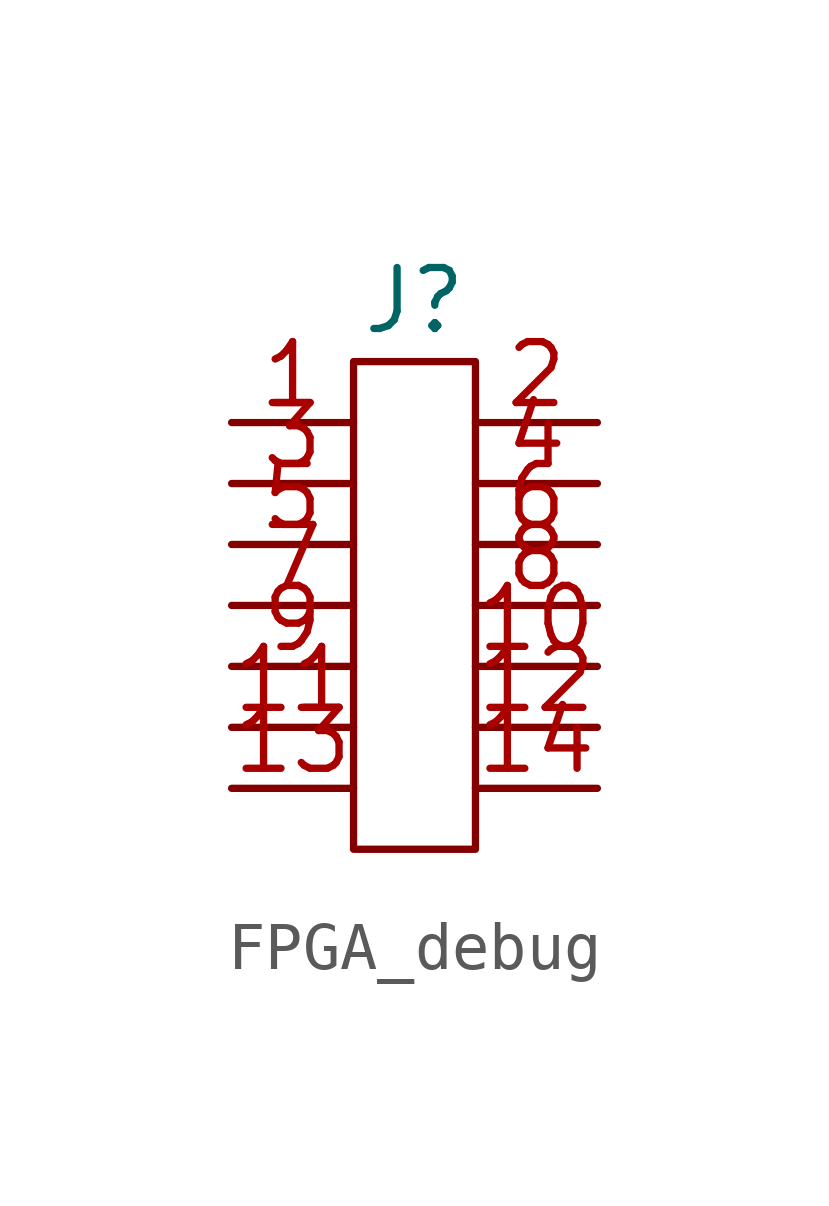
<source format=kicad_sym>
(kicad_symbol_lib
  (version 20241209)
  (generator "kicad_symbol_editor")
  (generator_version "9.0")
  (symbol "FPGA_debug"
    (property "Reference" "J"
      (at 0 0 0)
      (effects (font (size 1.27 1.27))))
    (property "Value" ""
      (at 0 0 0)
      (effects (font (size 1.27 1.27))))
    (symbol "FPGA_debug_0_1"
      (rectangle (start -1.27 -1.27) (end 1.27 -11.43) (stroke (width 0) (type default)) (fill (type none))))
    (symbol "FPGA_debug_1_1"
      (pin output line (at -1.27 -2.54 180) (length 2.54) (name "" (effects (font (size 1.27 1.27)))) (number "1" (effects (font (size 1.27 1.27)))))
      (pin output line (at -1.27 -3.81 180) (length 2.54) (name "" (effects (font (size 1.27 1.27)))) (number "3" (effects (font (size 1.27 1.27)))))
      (pin output line (at -1.27 -5.08 180) (length 2.54) (name "" (effects (font (size 1.27 1.27)))) (number "5" (effects (font (size 1.27 1.27)))))
      (pin output line (at -1.27 -6.35 180) (length 2.54) (name "" (effects (font (size 1.27 1.27)))) (number "7" (effects (font (size 1.27 1.27)))))
      (pin output line (at -1.27 -7.62 180) (length 2.54) (name "" (effects (font (size 1.27 1.27)))) (number "9" (effects (font (size 1.27 1.27)))))
      (pin output line (at -1.27 -8.89 180) (length 2.54) (name "" (effects (font (size 1.27 1.27)))) (number "11" (effects (font (size 1.27 1.27)))))
      (pin output line (at -1.27 -10.16 180) (length 2.54) (name "" (effects (font (size 1.27 1.27)))) (number "13" (effects (font (size 1.27 1.27)))))
      (pin output line (at 1.27 -2.54 0) (length 2.54) (name "" (effects (font (size 1.27 1.27)))) (number "2" (effects (font (size 1.27 1.27)))))
      (pin output line (at 1.27 -3.81 0) (length 2.54) (name "" (effects (font (size 1.27 1.27)))) (number "4" (effects (font (size 1.27 1.27)))))
      (pin output line (at 1.27 -5.08 0) (length 2.54) (name "" (effects (font (size 1.27 1.27)))) (number "6" (effects (font (size 1.27 1.27)))))
      (pin output line (at 1.27 -6.35 0) (length 2.54) (name "" (effects (font (size 1.27 1.27)))) (number "8" (effects (font (size 1.27 1.27)))))
      (pin output line (at 1.27 -7.62 0) (length 2.54) (name "" (effects (font (size 1.27 1.27)))) (number "10" (effects (font (size 1.27 1.27)))))
      (pin output line (at 1.27 -8.89 0) (length 2.54) (name "" (effects (font (size 1.27 1.27)))) (number "12" (effects (font (size 1.27 1.27)))))
      (pin output line (at 1.27 -10.16 0) (length 2.54) (name "" (effects (font (size 1.27 1.27)))) (number "14" (effects (font (size 1.27 1.27))))))))
</source>
